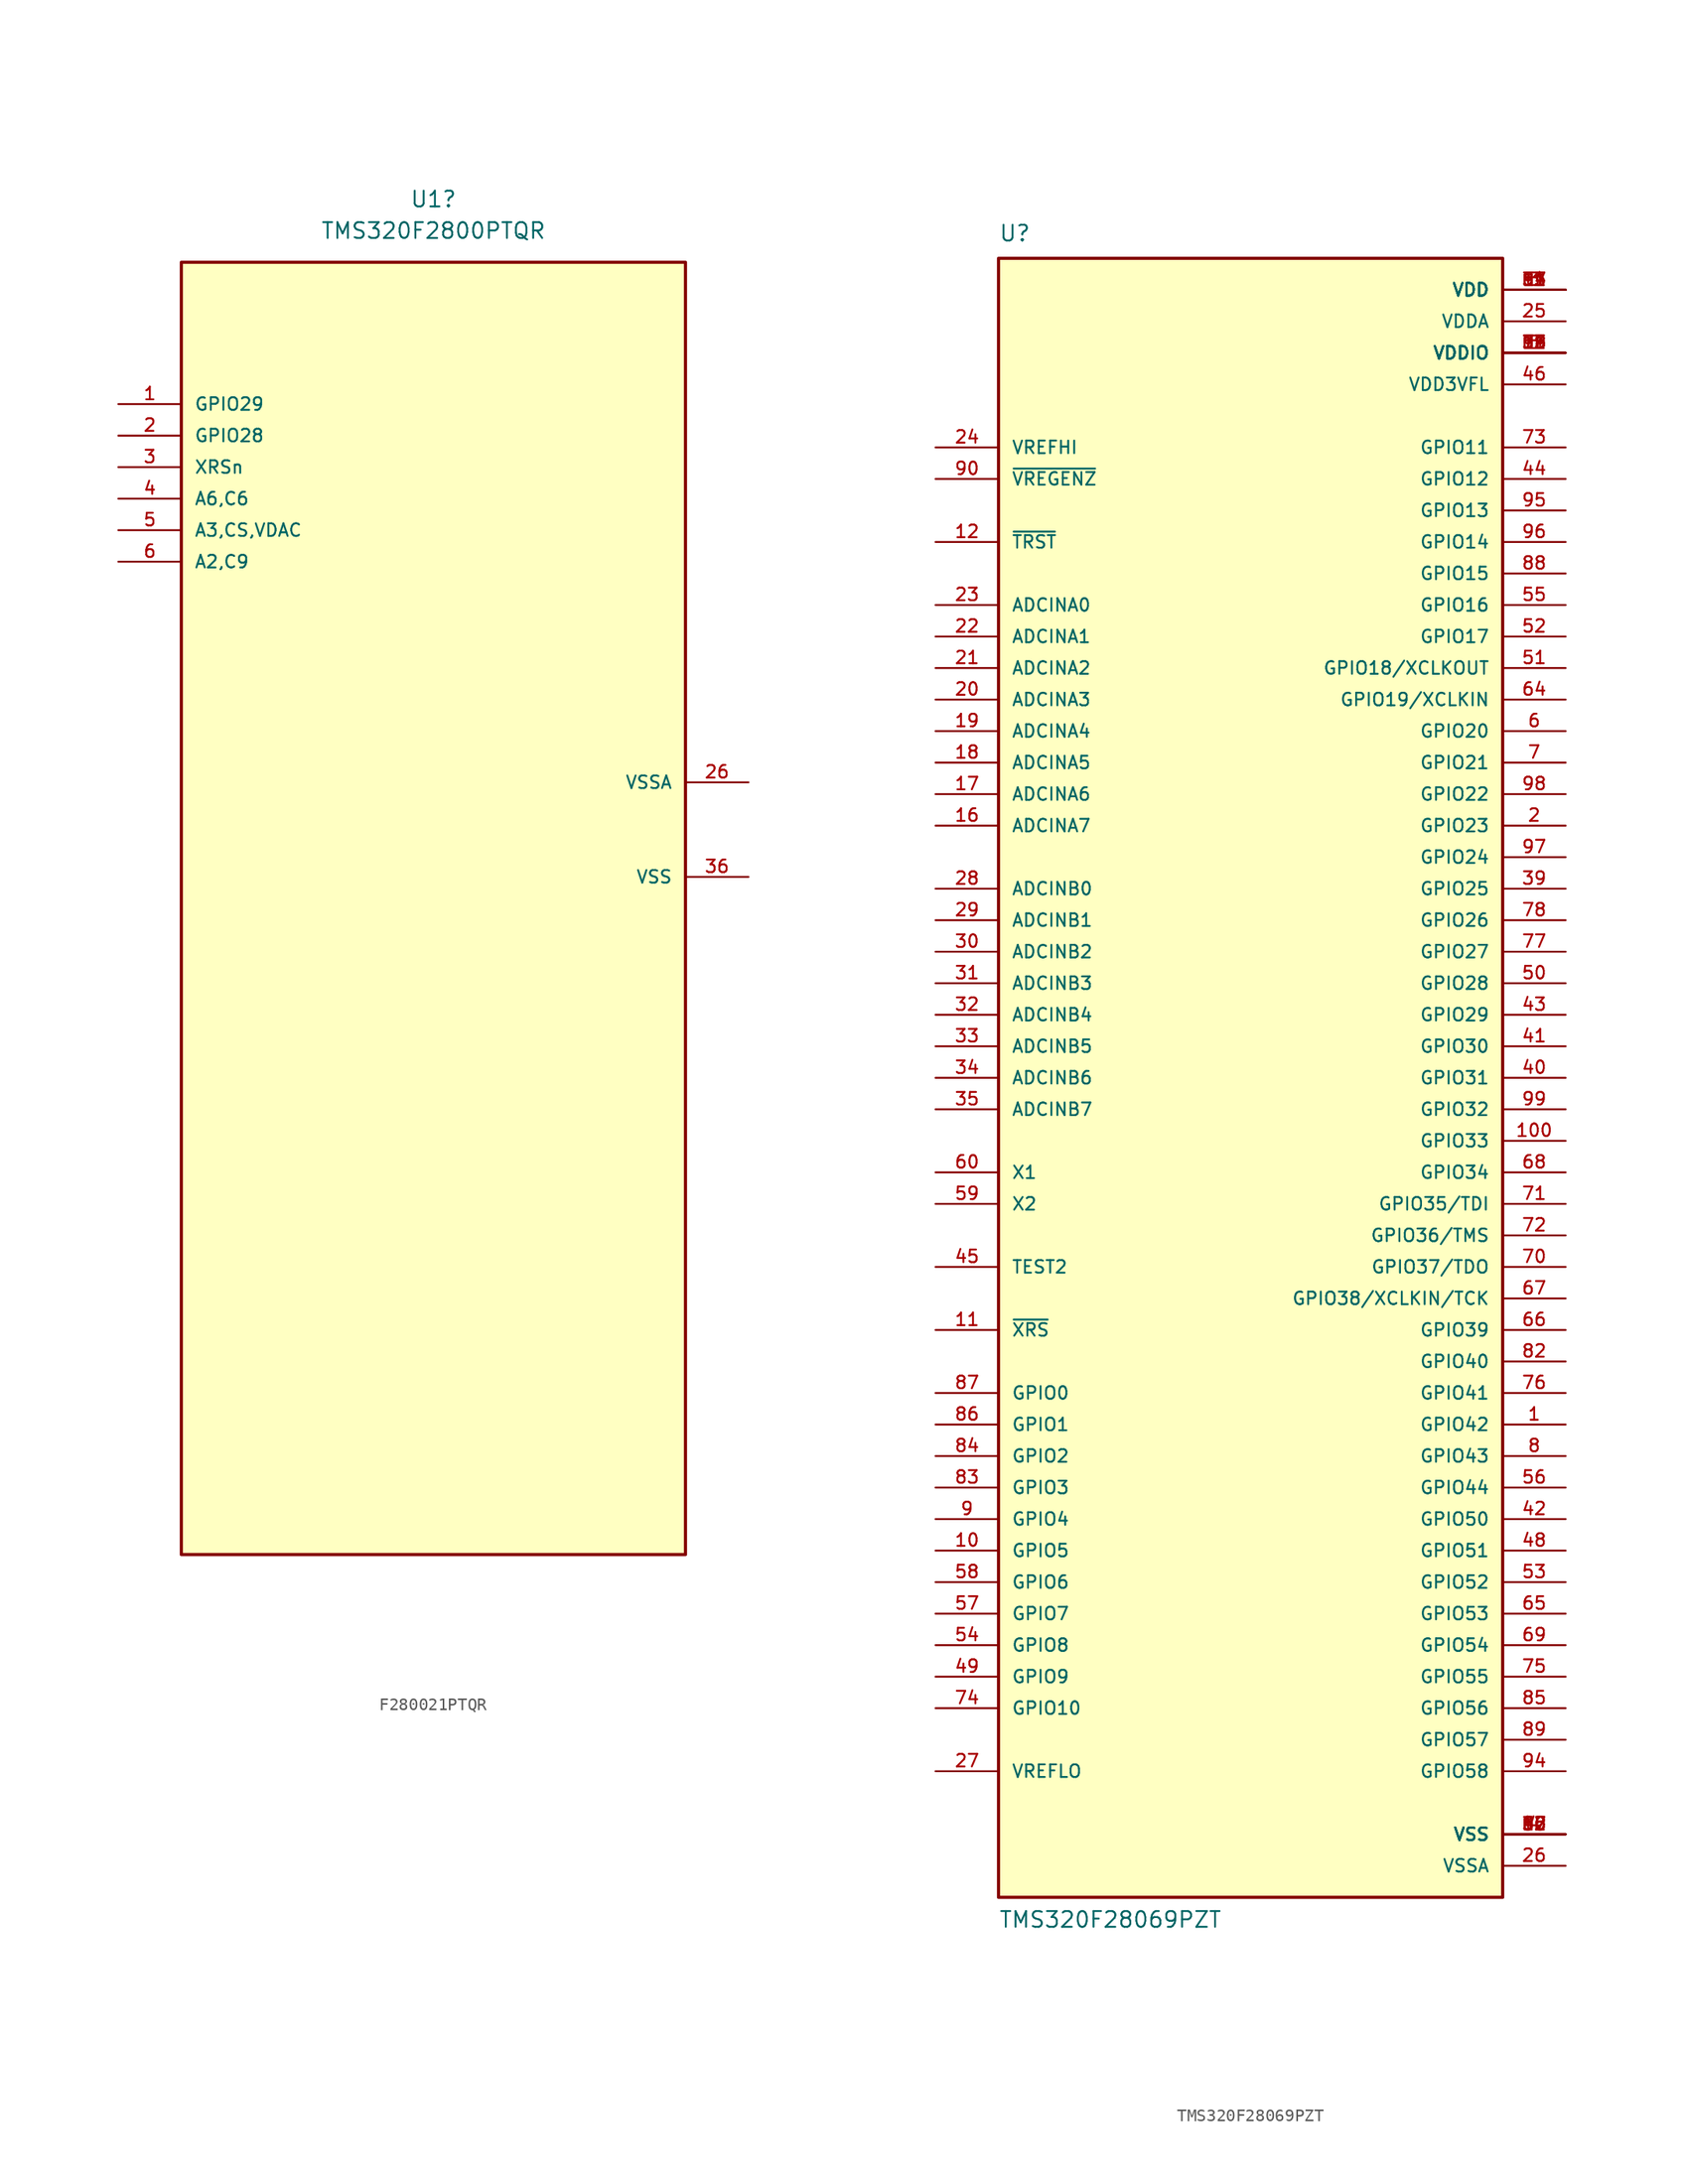
<source format=kicad_sym>
(kicad_symbol_lib
  (version 20220914)
  (generator kicad_symbol_editor)
  (symbol "F280021PTQR"
    (pin_names
      (offset 1.016))
    (property "Reference" "U1"
      (at 0 71.12 0)
      (effects (font (size 1.27 1.27))))
    (property "Value" "TMS320F2800PTQR"
      (at 0 68.58 0)
      (effects (font (size 1.27 1.27))))
    (symbol "F280021PTQR_0_0"
      (rectangle (start -20.32 66.04) (end 20.32 -38.1) (stroke (width 0.254) (type default)) (fill (type background)))
      (pin power_in line (at 25.4 24.13 180) (length 5.08) (name "VSSA" (effects (font (size 1.016 1.016)))) (number "26" (effects (font (size 1.016 1.016)))))
      (pin power_in line (at 25.4 16.51 180) (length 5.08) (name "VSS" (effects (font (size 1.016 1.016)))) (number "36" (effects (font (size 1.016 1.016))))))
    (symbol "F280021PTQR_1_0"
      (pin bidirectional line (at -25.4 54.61 0) (length 5.08) (name "GPIO29" (effects (font (size 1.016 1.016)))) (number "1" (effects (font (size 1.016 1.016)))))
      (pin bidirectional line (at -25.4 52.07 0) (length 5.08) (name "GPIO28" (effects (font (size 1.016 1.016)))) (number "2" (effects (font (size 1.016 1.016)))))
      (pin bidirectional line (at -25.4 49.53 0) (length 5.08) (name "XRSn" (effects (font (size 1.016 1.016)))) (number "3" (effects (font (size 1.016 1.016)))))
      (pin bidirectional line (at -25.4 46.99 0) (length 5.08) (name "A6,C6" (effects (font (size 1.016 1.016)))) (number "4" (effects (font (size 1.016 1.016)))))
      (pin bidirectional line (at -25.4 44.45 0) (length 5.08) (name "A3,CS,VDAC" (effects (font (size 1.016 1.016)))) (number "5" (effects (font (size 1.016 1.016)))))
      (pin bidirectional line (at -25.4 41.91 0) (length 5.08) (name "A2,C9" (effects (font (size 1.016 1.016)))) (number "6" (effects (font (size 1.016 1.016)))))))
  (symbol "TMS320F28069PZT"
    (pin_names
      (offset 1.016))
    (property "Reference" "U"
      (at -20.32 67.31 0)
      (effects (font (size 1.27 1.27)) (justify left bottom)))
    (property "Value" "TMS320F28069PZT"
      (at -20.32 -68.58 0)
      (effects (font (size 1.27 1.27)) (justify left bottom)))
    (symbol "TMS320F28069PZT_0_0"
      (rectangle (start -20.32 -66.04) (end 20.32 66.04) (stroke (width 0.254) (type default)) (fill (type background)))
      (pin bidirectional line (at 25.4 -27.94 180) (length 5.08) (name "GPIO42" (effects (font (size 1.016 1.016)))) (number "1" (effects (font (size 1.016 1.016)))))
      (pin bidirectional line (at -25.4 -38.1 0) (length 5.08) (name "GPIO5" (effects (font (size 1.016 1.016)))) (number "10" (effects (font (size 1.016 1.016)))))
      (pin bidirectional line (at 25.4 -5.08 180) (length 5.08) (name "GPIO33" (effects (font (size 1.016 1.016)))) (number "100" (effects (font (size 1.016 1.016)))))
      (pin bidirectional line (at -25.4 -20.32 0) (length 5.08) (name "~{XRS}" (effects (font (size 1.016 1.016)))) (number "11" (effects (font (size 1.016 1.016)))))
      (pin input line (at -25.4 43.18 0) (length 5.08) (name "~{TRST}" (effects (font (size 1.016 1.016)))) (number "12" (effects (font (size 1.016 1.016)))))
      (pin power_in line (at 25.4 58.42 180) (length 5.08) (name "VDDIO" (effects (font (size 1.016 1.016)))) (number "13" (effects (font (size 1.016 1.016)))))
      (pin power_in line (at 25.4 63.5 180) (length 5.08) (name "VDD" (effects (font (size 1.016 1.016)))) (number "14" (effects (font (size 1.016 1.016)))))
      (pin power_in line (at 25.4 -60.96 180) (length 5.08) (name "VSS" (effects (font (size 1.016 1.016)))) (number "15" (effects (font (size 1.016 1.016)))))
      (pin input line (at -25.4 20.32 0) (length 5.08) (name "ADCINA7" (effects (font (size 1.016 1.016)))) (number "16" (effects (font (size 1.016 1.016)))))
      (pin bidirectional line (at -25.4 22.86 0) (length 5.08) (name "ADCINA6" (effects (font (size 1.016 1.016)))) (number "17" (effects (font (size 1.016 1.016)))))
      (pin input line (at -25.4 25.4 0) (length 5.08) (name "ADCINA5" (effects (font (size 1.016 1.016)))) (number "18" (effects (font (size 1.016 1.016)))))
      (pin bidirectional line (at -25.4 27.94 0) (length 5.08) (name "ADCINA4" (effects (font (size 1.016 1.016)))) (number "19" (effects (font (size 1.016 1.016)))))
      (pin bidirectional line (at 25.4 20.32 180) (length 5.08) (name "GPIO23" (effects (font (size 1.016 1.016)))) (number "2" (effects (font (size 1.016 1.016)))))
      (pin input line (at -25.4 30.48 0) (length 5.08) (name "ADCINA3" (effects (font (size 1.016 1.016)))) (number "20" (effects (font (size 1.016 1.016)))))
      (pin bidirectional line (at -25.4 33.02 0) (length 5.08) (name "ADCINA2" (effects (font (size 1.016 1.016)))) (number "21" (effects (font (size 1.016 1.016)))))
      (pin input line (at -25.4 35.56 0) (length 5.08) (name "ADCINA1" (effects (font (size 1.016 1.016)))) (number "22" (effects (font (size 1.016 1.016)))))
      (pin input line (at -25.4 38.1 0) (length 5.08) (name "ADCINA0" (effects (font (size 1.016 1.016)))) (number "23" (effects (font (size 1.016 1.016)))))
      (pin input line (at -25.4 50.8 0) (length 5.08) (name "VREFHI" (effects (font (size 1.016 1.016)))) (number "24" (effects (font (size 1.016 1.016)))))
      (pin power_in line (at 25.4 60.96 180) (length 5.08) (name "VDDA" (effects (font (size 1.016 1.016)))) (number "25" (effects (font (size 1.016 1.016)))))
      (pin power_in line (at 25.4 -63.5 180) (length 5.08) (name "VSSA" (effects (font (size 1.016 1.016)))) (number "26" (effects (font (size 1.016 1.016)))))
      (pin input line (at -25.4 -55.88 0) (length 5.08) (name "VREFLO" (effects (font (size 1.016 1.016)))) (number "27" (effects (font (size 1.016 1.016)))))
      (pin input line (at -25.4 15.24 0) (length 5.08) (name "ADCINB0" (effects (font (size 1.016 1.016)))) (number "28" (effects (font (size 1.016 1.016)))))
      (pin input line (at -25.4 12.7 0) (length 5.08) (name "ADCINB1" (effects (font (size 1.016 1.016)))) (number "29" (effects (font (size 1.016 1.016)))))
      (pin power_in line (at 25.4 63.5 180) (length 5.08) (name "VDD" (effects (font (size 1.016 1.016)))) (number "3" (effects (font (size 1.016 1.016)))))
      (pin bidirectional line (at -25.4 10.16 0) (length 5.08) (name "ADCINB2" (effects (font (size 1.016 1.016)))) (number "30" (effects (font (size 1.016 1.016)))))
      (pin input line (at -25.4 7.62 0) (length 5.08) (name "ADCINB3" (effects (font (size 1.016 1.016)))) (number "31" (effects (font (size 1.016 1.016)))))
      (pin bidirectional line (at -25.4 5.08 0) (length 5.08) (name "ADCINB4" (effects (font (size 1.016 1.016)))) (number "32" (effects (font (size 1.016 1.016)))))
      (pin input line (at -25.4 2.54 0) (length 5.08) (name "ADCINB5" (effects (font (size 1.016 1.016)))) (number "33" (effects (font (size 1.016 1.016)))))
      (pin bidirectional line (at -25.4 0 0) (length 5.08) (name "ADCINB6" (effects (font (size 1.016 1.016)))) (number "34" (effects (font (size 1.016 1.016)))))
      (pin input line (at -25.4 -2.54 0) (length 5.08) (name "ADCINB7" (effects (font (size 1.016 1.016)))) (number "35" (effects (font (size 1.016 1.016)))))
      (pin power_in line (at 25.4 -60.96 180) (length 5.08) (name "VSS" (effects (font (size 1.016 1.016)))) (number "36" (effects (font (size 1.016 1.016)))))
      (pin power_in line (at 25.4 63.5 180) (length 5.08) (name "VDD" (effects (font (size 1.016 1.016)))) (number "37" (effects (font (size 1.016 1.016)))))
      (pin power_in line (at 25.4 58.42 180) (length 5.08) (name "VDDIO" (effects (font (size 1.016 1.016)))) (number "38" (effects (font (size 1.016 1.016)))))
      (pin bidirectional line (at 25.4 15.24 180) (length 5.08) (name "GPIO25" (effects (font (size 1.016 1.016)))) (number "39" (effects (font (size 1.016 1.016)))))
      (pin power_in line (at 25.4 -60.96 180) (length 5.08) (name "VSS" (effects (font (size 1.016 1.016)))) (number "4" (effects (font (size 1.016 1.016)))))
      (pin bidirectional line (at 25.4 0 180) (length 5.08) (name "GPIO31" (effects (font (size 1.016 1.016)))) (number "40" (effects (font (size 1.016 1.016)))))
      (pin bidirectional line (at 25.4 2.54 180) (length 5.08) (name "GPIO30" (effects (font (size 1.016 1.016)))) (number "41" (effects (font (size 1.016 1.016)))))
      (pin bidirectional line (at 25.4 -35.56 180) (length 5.08) (name "GPIO50" (effects (font (size 1.016 1.016)))) (number "42" (effects (font (size 1.016 1.016)))))
      (pin bidirectional line (at 25.4 5.08 180) (length 5.08) (name "GPIO29" (effects (font (size 1.016 1.016)))) (number "43" (effects (font (size 1.016 1.016)))))
      (pin bidirectional line (at 25.4 48.26 180) (length 5.08) (name "GPIO12" (effects (font (size 1.016 1.016)))) (number "44" (effects (font (size 1.016 1.016)))))
      (pin bidirectional line (at -25.4 -15.24 0) (length 5.08) (name "TEST2" (effects (font (size 1.016 1.016)))) (number "45" (effects (font (size 1.016 1.016)))))
      (pin power_in line (at 25.4 55.88 180) (length 5.08) (name "VDD3VFL" (effects (font (size 1.016 1.016)))) (number "46" (effects (font (size 1.016 1.016)))))
      (pin power_in line (at 25.4 -60.96 180) (length 5.08) (name "VSS" (effects (font (size 1.016 1.016)))) (number "47" (effects (font (size 1.016 1.016)))))
      (pin bidirectional line (at 25.4 -38.1 180) (length 5.08) (name "GPIO51" (effects (font (size 1.016 1.016)))) (number "48" (effects (font (size 1.016 1.016)))))
      (pin bidirectional line (at -25.4 -48.26 0) (length 5.08) (name "GPIO9" (effects (font (size 1.016 1.016)))) (number "49" (effects (font (size 1.016 1.016)))))
      (pin power_in line (at 25.4 58.42 180) (length 5.08) (name "VDDIO" (effects (font (size 1.016 1.016)))) (number "5" (effects (font (size 1.016 1.016)))))
      (pin bidirectional line (at 25.4 7.62 180) (length 5.08) (name "GPIO28" (effects (font (size 1.016 1.016)))) (number "50" (effects (font (size 1.016 1.016)))))
      (pin bidirectional line (at 25.4 33.02 180) (length 5.08) (name "GPIO18/XCLKOUT" (effects (font (size 1.016 1.016)))) (number "51" (effects (font (size 1.016 1.016)))))
      (pin bidirectional line (at 25.4 35.56 180) (length 5.08) (name "GPIO17" (effects (font (size 1.016 1.016)))) (number "52" (effects (font (size 1.016 1.016)))))
      (pin bidirectional line (at 25.4 -40.64 180) (length 5.08) (name "GPIO52" (effects (font (size 1.016 1.016)))) (number "53" (effects (font (size 1.016 1.016)))))
      (pin bidirectional line (at -25.4 -45.72 0) (length 5.08) (name "GPIO8" (effects (font (size 1.016 1.016)))) (number "54" (effects (font (size 1.016 1.016)))))
      (pin bidirectional line (at 25.4 38.1 180) (length 5.08) (name "GPIO16" (effects (font (size 1.016 1.016)))) (number "55" (effects (font (size 1.016 1.016)))))
      (pin bidirectional line (at 25.4 -33.02 180) (length 5.08) (name "GPIO44" (effects (font (size 1.016 1.016)))) (number "56" (effects (font (size 1.016 1.016)))))
      (pin bidirectional line (at -25.4 -43.18 0) (length 5.08) (name "GPIO7" (effects (font (size 1.016 1.016)))) (number "57" (effects (font (size 1.016 1.016)))))
      (pin bidirectional line (at -25.4 -40.64 0) (length 5.08) (name "GPIO6" (effects (font (size 1.016 1.016)))) (number "58" (effects (font (size 1.016 1.016)))))
      (pin output line (at -25.4 -10.16 0) (length 5.08) (name "X2" (effects (font (size 1.016 1.016)))) (number "59" (effects (font (size 1.016 1.016)))))
      (pin bidirectional line (at 25.4 27.94 180) (length 5.08) (name "GPIO20" (effects (font (size 1.016 1.016)))) (number "6" (effects (font (size 1.016 1.016)))))
      (pin input line (at -25.4 -7.62 0) (length 5.08) (name "X1" (effects (font (size 1.016 1.016)))) (number "60" (effects (font (size 1.016 1.016)))))
      (pin power_in line (at 25.4 58.42 180) (length 5.08) (name "VDDIO" (effects (font (size 1.016 1.016)))) (number "61" (effects (font (size 1.016 1.016)))))
      (pin power_in line (at 25.4 -60.96 180) (length 5.08) (name "VSS" (effects (font (size 1.016 1.016)))) (number "62" (effects (font (size 1.016 1.016)))))
      (pin power_in line (at 25.4 63.5 180) (length 5.08) (name "VDD" (effects (font (size 1.016 1.016)))) (number "63" (effects (font (size 1.016 1.016)))))
      (pin bidirectional line (at 25.4 30.48 180) (length 5.08) (name "GPIO19/XCLKIN" (effects (font (size 1.016 1.016)))) (number "64" (effects (font (size 1.016 1.016)))))
      (pin bidirectional line (at 25.4 -43.18 180) (length 5.08) (name "GPIO53" (effects (font (size 1.016 1.016)))) (number "65" (effects (font (size 1.016 1.016)))))
      (pin bidirectional line (at 25.4 -20.32 180) (length 5.08) (name "GPIO39" (effects (font (size 1.016 1.016)))) (number "66" (effects (font (size 1.016 1.016)))))
      (pin bidirectional line (at 25.4 -17.78 180) (length 5.08) (name "GPIO38/XCLKIN/TCK" (effects (font (size 1.016 1.016)))) (number "67" (effects (font (size 1.016 1.016)))))
      (pin bidirectional line (at 25.4 -7.62 180) (length 5.08) (name "GPIO34" (effects (font (size 1.016 1.016)))) (number "68" (effects (font (size 1.016 1.016)))))
      (pin bidirectional line (at 25.4 -45.72 180) (length 5.08) (name "GPIO54" (effects (font (size 1.016 1.016)))) (number "69" (effects (font (size 1.016 1.016)))))
      (pin bidirectional line (at 25.4 25.4 180) (length 5.08) (name "GPIO21" (effects (font (size 1.016 1.016)))) (number "7" (effects (font (size 1.016 1.016)))))
      (pin bidirectional line (at 25.4 -15.24 180) (length 5.08) (name "GPIO37/TDO" (effects (font (size 1.016 1.016)))) (number "70" (effects (font (size 1.016 1.016)))))
      (pin bidirectional line (at 25.4 -10.16 180) (length 5.08) (name "GPIO35/TDI" (effects (font (size 1.016 1.016)))) (number "71" (effects (font (size 1.016 1.016)))))
      (pin bidirectional line (at 25.4 -12.7 180) (length 5.08) (name "GPIO36/TMS" (effects (font (size 1.016 1.016)))) (number "72" (effects (font (size 1.016 1.016)))))
      (pin bidirectional line (at 25.4 50.8 180) (length 5.08) (name "GPIO11" (effects (font (size 1.016 1.016)))) (number "73" (effects (font (size 1.016 1.016)))))
      (pin bidirectional line (at -25.4 -50.8 0) (length 5.08) (name "GPIO10" (effects (font (size 1.016 1.016)))) (number "74" (effects (font (size 1.016 1.016)))))
      (pin bidirectional line (at 25.4 -48.26 180) (length 5.08) (name "GPIO55" (effects (font (size 1.016 1.016)))) (number "75" (effects (font (size 1.016 1.016)))))
      (pin bidirectional line (at 25.4 -25.4 180) (length 5.08) (name "GPIO41" (effects (font (size 1.016 1.016)))) (number "76" (effects (font (size 1.016 1.016)))))
      (pin bidirectional line (at 25.4 10.16 180) (length 5.08) (name "GPIO27" (effects (font (size 1.016 1.016)))) (number "77" (effects (font (size 1.016 1.016)))))
      (pin bidirectional line (at 25.4 12.7 180) (length 5.08) (name "GPIO26" (effects (font (size 1.016 1.016)))) (number "78" (effects (font (size 1.016 1.016)))))
      (pin power_in line (at 25.4 58.42 180) (length 5.08) (name "VDDIO" (effects (font (size 1.016 1.016)))) (number "79" (effects (font (size 1.016 1.016)))))
      (pin bidirectional line (at 25.4 -30.48 180) (length 5.08) (name "GPIO43" (effects (font (size 1.016 1.016)))) (number "8" (effects (font (size 1.016 1.016)))))
      (pin power_in line (at 25.4 -60.96 180) (length 5.08) (name "VSS" (effects (font (size 1.016 1.016)))) (number "80" (effects (font (size 1.016 1.016)))))
      (pin power_in line (at 25.4 63.5 180) (length 5.08) (name "VDD" (effects (font (size 1.016 1.016)))) (number "81" (effects (font (size 1.016 1.016)))))
      (pin bidirectional line (at 25.4 -22.86 180) (length 5.08) (name "GPIO40" (effects (font (size 1.016 1.016)))) (number "82" (effects (font (size 1.016 1.016)))))
      (pin bidirectional line (at -25.4 -33.02 0) (length 5.08) (name "GPIO3" (effects (font (size 1.016 1.016)))) (number "83" (effects (font (size 1.016 1.016)))))
      (pin bidirectional line (at -25.4 -30.48 0) (length 5.08) (name "GPIO2" (effects (font (size 1.016 1.016)))) (number "84" (effects (font (size 1.016 1.016)))))
      (pin bidirectional line (at 25.4 -50.8 180) (length 5.08) (name "GPIO56" (effects (font (size 1.016 1.016)))) (number "85" (effects (font (size 1.016 1.016)))))
      (pin bidirectional line (at -25.4 -27.94 0) (length 5.08) (name "GPIO1" (effects (font (size 1.016 1.016)))) (number "86" (effects (font (size 1.016 1.016)))))
      (pin bidirectional line (at -25.4 -25.4 0) (length 5.08) (name "GPIO0" (effects (font (size 1.016 1.016)))) (number "87" (effects (font (size 1.016 1.016)))))
      (pin bidirectional line (at 25.4 40.64 180) (length 5.08) (name "GPIO15" (effects (font (size 1.016 1.016)))) (number "88" (effects (font (size 1.016 1.016)))))
      (pin bidirectional line (at 25.4 -53.34 180) (length 5.08) (name "GPIO57" (effects (font (size 1.016 1.016)))) (number "89" (effects (font (size 1.016 1.016)))))
      (pin bidirectional line (at -25.4 -35.56 0) (length 5.08) (name "GPIO4" (effects (font (size 1.016 1.016)))) (number "9" (effects (font (size 1.016 1.016)))))
      (pin input line (at -25.4 48.26 0) (length 5.08) (name "~{VREGENZ}" (effects (font (size 1.016 1.016)))) (number "90" (effects (font (size 1.016 1.016)))))
      (pin power_in line (at 25.4 63.5 180) (length 5.08) (name "VDD" (effects (font (size 1.016 1.016)))) (number "91" (effects (font (size 1.016 1.016)))))
      (pin power_in line (at 25.4 -60.96 180) (length 5.08) (name "VSS" (effects (font (size 1.016 1.016)))) (number "92" (effects (font (size 1.016 1.016)))))
      (pin power_in line (at 25.4 58.42 180) (length 5.08) (name "VDDIO" (effects (font (size 1.016 1.016)))) (number "93" (effects (font (size 1.016 1.016)))))
      (pin bidirectional line (at 25.4 -55.88 180) (length 5.08) (name "GPIO58" (effects (font (size 1.016 1.016)))) (number "94" (effects (font (size 1.016 1.016)))))
      (pin bidirectional line (at 25.4 45.72 180) (length 5.08) (name "GPIO13" (effects (font (size 1.016 1.016)))) (number "95" (effects (font (size 1.016 1.016)))))
      (pin bidirectional line (at 25.4 43.18 180) (length 5.08) (name "GPIO14" (effects (font (size 1.016 1.016)))) (number "96" (effects (font (size 1.016 1.016)))))
      (pin bidirectional line (at 25.4 17.78 180) (length 5.08) (name "GPIO24" (effects (font (size 1.016 1.016)))) (number "97" (effects (font (size 1.016 1.016)))))
      (pin bidirectional line (at 25.4 22.86 180) (length 5.08) (name "GPIO22" (effects (font (size 1.016 1.016)))) (number "98" (effects (font (size 1.016 1.016)))))
      (pin bidirectional line (at 25.4 -2.54 180) (length 5.08) (name "GPIO32" (effects (font (size 1.016 1.016)))) (number "99" (effects (font (size 1.016 1.016))))))))
</source>
